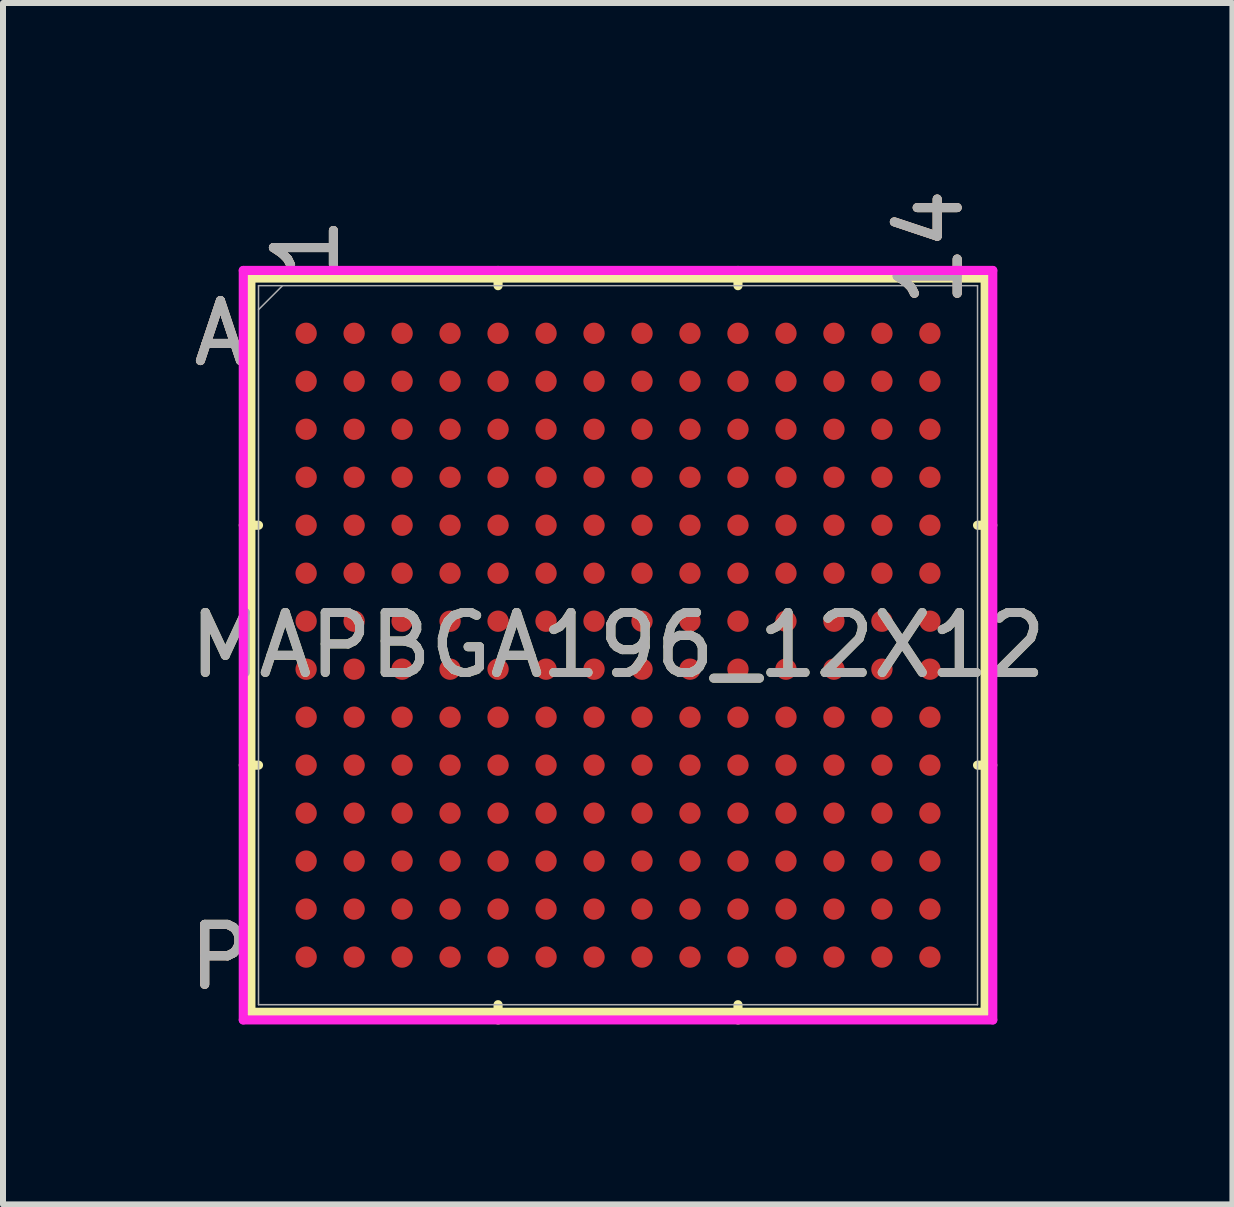
<source format=kicad_pcb>
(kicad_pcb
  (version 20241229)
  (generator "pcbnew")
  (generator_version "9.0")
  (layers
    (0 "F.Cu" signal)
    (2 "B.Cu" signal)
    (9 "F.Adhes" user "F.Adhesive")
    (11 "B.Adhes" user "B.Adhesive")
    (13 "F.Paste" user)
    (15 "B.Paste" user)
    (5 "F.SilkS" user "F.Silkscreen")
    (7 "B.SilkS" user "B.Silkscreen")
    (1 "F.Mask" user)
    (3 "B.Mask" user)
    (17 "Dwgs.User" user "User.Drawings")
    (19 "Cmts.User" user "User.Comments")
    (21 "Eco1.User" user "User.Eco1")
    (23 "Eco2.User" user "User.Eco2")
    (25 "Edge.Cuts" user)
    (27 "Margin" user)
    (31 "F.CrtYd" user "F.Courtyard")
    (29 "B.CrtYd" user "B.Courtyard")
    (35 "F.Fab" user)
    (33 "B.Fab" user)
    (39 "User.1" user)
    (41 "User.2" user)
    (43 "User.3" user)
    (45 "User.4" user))
  (footprint "MAPBGA196_12X12"
    (layer "F.Cu")
    (at 7.254 7.707)
    (property "Reference" "MAPBGA196_12X12" (at 0 0 0) (unlocked yes) (layer "F.SilkS") (effects (font (size 1 1) (thickness 0.15))))
    (attr smd)
    (fp_line (start -6.121 -6.121) (end -6.121 6.121) (stroke (width 0.152) (type solid)) (layer "F.SilkS"))
    (fp_line (start -6.121 6.121) (end 6.121 6.121) (stroke (width 0.152) (type solid)) (layer "F.SilkS"))
    (fp_line (start -5.994 -2) (end -6.248 -2) (stroke (width 0.152) (type solid)) (layer "F.SilkS"))
    (fp_line (start -5.994 2) (end -6.248 2) (stroke (width 0.152) (type solid)) (layer "F.SilkS"))
    (fp_line (start -2 -5.994) (end -2 -6.248) (stroke (width 0.152) (type solid)) (layer "F.SilkS"))
    (fp_line (start -2 5.994) (end -2 6.248) (stroke (width 0.152) (type solid)) (layer "F.SilkS"))
    (fp_line (start 2 -5.994) (end 2 -6.248) (stroke (width 0.152) (type solid)) (layer "F.SilkS"))
    (fp_line (start 2 5.994) (end 2 6.248) (stroke (width 0.152) (type solid)) (layer "F.SilkS"))
    (fp_line (start 5.994 -2) (end 6.248 -2) (stroke (width 0.152) (type solid)) (layer "F.SilkS"))
    (fp_line (start 5.994 2) (end 6.248 2) (stroke (width 0.152) (type solid)) (layer "F.SilkS"))
    (fp_line (start 6.121 -6.121) (end -6.121 -6.121) (stroke (width 0.152) (type solid)) (layer "F.SilkS"))
    (fp_line (start 6.121 6.121) (end 6.121 -6.121) (stroke (width 0.152) (type solid)) (layer "F.SilkS"))
    (fp_line (start -6.248 -6.248) (end 6.248 -6.248) (stroke (width 0.152) (type solid)) (layer "F.CrtYd"))
    (fp_line (start -6.248 6.248) (end -6.248 -6.248) (stroke (width 0.152) (type solid)) (layer "F.CrtYd"))
    (fp_line (start 6.248 -6.248) (end 6.248 6.248) (stroke (width 0.152) (type solid)) (layer "F.CrtYd"))
    (fp_line (start 6.248 6.248) (end -6.248 6.248) (stroke (width 0.152) (type solid)) (layer "F.CrtYd"))
    (fp_line (start -5.994 -5.994) (end -5.994 5.994) (stroke (width 0.025) (type solid)) (layer "F.Fab"))
    (fp_line (start -5.994 5.994) (end 5.994 5.994) (stroke (width 0.025) (type solid)) (layer "F.Fab"))
    (fp_line (start -5.594 -5.994) (end -5.994 -5.594) (stroke (width 0.025) (type solid)) (layer "F.Fab"))
    (fp_line (start 5.994 -5.994) (end -5.994 -5.994) (stroke (width 0.025) (type solid)) (layer "F.Fab"))
    (fp_line (start 5.994 5.994) (end 5.994 -5.994) (stroke (width 0.025) (type solid)) (layer "F.Fab"))
    (fp_text user "P" (at -6.629 5.2 0) (unlocked yes) (layer "F.SilkS") (effects (font (size 1 1) (thickness 0.15))))
    (fp_text user "A" (at -6.629 -5.2 0) (unlocked yes) (layer "F.SilkS") (effects (font (size 1 1) (thickness 0.15))))
    (fp_text user "14" (at 5.2 -6.629 90) (unlocked yes) (layer "F.SilkS") (effects (font (size 1 1) (thickness 0.15))))
    (fp_text user "1" (at -5.2 -6.629 90) (unlocked yes) (layer "F.SilkS") (effects (font (size 1 1) (thickness 0.15))))
    (fp_text user "P" (at -6.629 5.2 0) (unlocked yes) (layer "B.SilkS") (effects (font (size 1 1) (thickness 0.15))))
    (fp_text user "14" (at 5.2 -6.629 90) (unlocked yes) (layer "B.SilkS") (effects (font (size 1 1) (thickness 0.15))))
    (fp_text user "1" (at -5.2 -6.629 90) (unlocked yes) (layer "B.SilkS") (effects (font (size 1 1) (thickness 0.15))))
    (fp_text user "A" (at -6.629 -5.2 0) (unlocked yes) (layer "B.SilkS") (effects (font (size 1 1) (thickness 0.15))))
    (fp_text user "${REFERENCE}" (at 0 0 0) (unlocked yes) (layer "F.Fab") (effects (font (size 1 1) (thickness 0.15))))
    (fp_text user "P" (at -6.629 5.2 0) (unlocked yes) (layer "F.Fab") (effects (font (size 1 1) (thickness 0.15))))
    (fp_text user "14" (at 5.2 -6.629 90) (unlocked yes) (layer "F.Fab") (effects (font (size 1 1) (thickness 0.15))))
    (fp_text user "A" (at -6.629 -5.2 0) (unlocked yes) (layer "F.Fab") (effects (font (size 1 1) (thickness 0.15))))
    (fp_text user "1" (at -5.2 -6.629 90) (unlocked yes) (layer "F.Fab") (effects (font (size 1 1) (thickness 0.15))))
    (pad "A1" smd circle (at -5.2 -5.2) (size 0.356 0.356) (layers "F.Cu" "F.Mask" "F.Paste"))
    (pad "A2" smd circle (at -4.4 -5.2) (size 0.356 0.356) (layers "F.Cu" "F.Mask" "F.Paste"))
    (pad "A3" smd circle (at -3.6 -5.2) (size 0.356 0.356) (layers "F.Cu" "F.Mask" "F.Paste"))
    (pad "A4" smd circle (at -2.8 -5.2) (size 0.356 0.356) (layers "F.Cu" "F.Mask" "F.Paste"))
    (pad "A5" smd circle (at -2 -5.2) (size 0.356 0.356) (layers "F.Cu" "F.Mask" "F.Paste"))
    (pad "A6" smd circle (at -1.2 -5.2) (size 0.356 0.356) (layers "F.Cu" "F.Mask" "F.Paste"))
    (pad "A7" smd circle (at -0.4 -5.2) (size 0.356 0.356) (layers "F.Cu" "F.Mask" "F.Paste"))
    (pad "A8" smd circle (at 0.4 -5.2) (size 0.356 0.356) (layers "F.Cu" "F.Mask" "F.Paste"))
    (pad "A9" smd circle (at 1.2 -5.2) (size 0.356 0.356) (layers "F.Cu" "F.Mask" "F.Paste"))
    (pad "A10" smd circle (at 2 -5.2) (size 0.356 0.356) (layers "F.Cu" "F.Mask" "F.Paste"))
    (pad "A11" smd circle (at 2.8 -5.2) (size 0.356 0.356) (layers "F.Cu" "F.Mask" "F.Paste"))
    (pad "A12" smd circle (at 3.6 -5.2) (size 0.356 0.356) (layers "F.Cu" "F.Mask" "F.Paste"))
    (pad "A13" smd circle (at 4.4 -5.2) (size 0.356 0.356) (layers "F.Cu" "F.Mask" "F.Paste"))
    (pad "A14" smd circle (at 5.2 -5.2) (size 0.356 0.356) (layers "F.Cu" "F.Mask" "F.Paste"))
    (pad "B1" smd circle (at -5.2 -4.4) (size 0.356 0.356) (layers "F.Cu" "F.Mask" "F.Paste"))
    (pad "B2" smd circle (at -4.4 -4.4) (size 0.356 0.356) (layers "F.Cu" "F.Mask" "F.Paste"))
    (pad "B3" smd circle (at -3.6 -4.4) (size 0.356 0.356) (layers "F.Cu" "F.Mask" "F.Paste"))
    (pad "B4" smd circle (at -2.8 -4.4) (size 0.356 0.356) (layers "F.Cu" "F.Mask" "F.Paste"))
    (pad "B5" smd circle (at -2 -4.4) (size 0.356 0.356) (layers "F.Cu" "F.Mask" "F.Paste"))
    (pad "B6" smd circle (at -1.2 -4.4) (size 0.356 0.356) (layers "F.Cu" "F.Mask" "F.Paste"))
    (pad "B7" smd circle (at -0.4 -4.4) (size 0.356 0.356) (layers "F.Cu" "F.Mask" "F.Paste"))
    (pad "B8" smd circle (at 0.4 -4.4) (size 0.356 0.356) (layers "F.Cu" "F.Mask" "F.Paste"))
    (pad "B9" smd circle (at 1.2 -4.4) (size 0.356 0.356) (layers "F.Cu" "F.Mask" "F.Paste"))
    (pad "B10" smd circle (at 2 -4.4) (size 0.356 0.356) (layers "F.Cu" "F.Mask" "F.Paste"))
    (pad "B11" smd circle (at 2.8 -4.4) (size 0.356 0.356) (layers "F.Cu" "F.Mask" "F.Paste"))
    (pad "B12" smd circle (at 3.6 -4.4) (size 0.356 0.356) (layers "F.Cu" "F.Mask" "F.Paste"))
    (pad "B13" smd circle (at 4.4 -4.4) (size 0.356 0.356) (layers "F.Cu" "F.Mask" "F.Paste"))
    (pad "B14" smd circle (at 5.2 -4.4) (size 0.356 0.356) (layers "F.Cu" "F.Mask" "F.Paste"))
    (pad "C1" smd circle (at -5.2 -3.6) (size 0.356 0.356) (layers "F.Cu" "F.Mask" "F.Paste"))
    (pad "C2" smd circle (at -4.4 -3.6) (size 0.356 0.356) (layers "F.Cu" "F.Mask" "F.Paste"))
    (pad "C3" smd circle (at -3.6 -3.6) (size 0.356 0.356) (layers "F.Cu" "F.Mask" "F.Paste"))
    (pad "C4" smd circle (at -2.8 -3.6) (size 0.356 0.356) (layers "F.Cu" "F.Mask" "F.Paste"))
    (pad "C5" smd circle (at -2 -3.6) (size 0.356 0.356) (layers "F.Cu" "F.Mask" "F.Paste"))
    (pad "C6" smd circle (at -1.2 -3.6) (size 0.356 0.356) (layers "F.Cu" "F.Mask" "F.Paste"))
    (pad "C7" smd circle (at -0.4 -3.6) (size 0.356 0.356) (layers "F.Cu" "F.Mask" "F.Paste"))
    (pad "C8" smd circle (at 0.4 -3.6) (size 0.356 0.356) (layers "F.Cu" "F.Mask" "F.Paste"))
    (pad "C9" smd circle (at 1.2 -3.6) (size 0.356 0.356) (layers "F.Cu" "F.Mask" "F.Paste"))
    (pad "C10" smd circle (at 2 -3.6) (size 0.356 0.356) (layers "F.Cu" "F.Mask" "F.Paste"))
    (pad "C11" smd circle (at 2.8 -3.6) (size 0.356 0.356) (layers "F.Cu" "F.Mask" "F.Paste"))
    (pad "C12" smd circle (at 3.6 -3.6) (size 0.356 0.356) (layers "F.Cu" "F.Mask" "F.Paste"))
    (pad "C13" smd circle (at 4.4 -3.6) (size 0.356 0.356) (layers "F.Cu" "F.Mask" "F.Paste"))
    (pad "C14" smd circle (at 5.2 -3.6) (size 0.356 0.356) (layers "F.Cu" "F.Mask" "F.Paste"))
    (pad "D1" smd circle (at -5.2 -2.8) (size 0.356 0.356) (layers "F.Cu" "F.Mask" "F.Paste"))
    (pad "D2" smd circle (at -4.4 -2.8) (size 0.356 0.356) (layers "F.Cu" "F.Mask" "F.Paste"))
    (pad "D3" smd circle (at -3.6 -2.8) (size 0.356 0.356) (layers "F.Cu" "F.Mask" "F.Paste"))
    (pad "D4" smd circle (at -2.8 -2.8) (size 0.356 0.356) (layers "F.Cu" "F.Mask" "F.Paste"))
    (pad "D5" smd circle (at -2 -2.8) (size 0.356 0.356) (layers "F.Cu" "F.Mask" "F.Paste"))
    (pad "D6" smd circle (at -1.2 -2.8) (size 0.356 0.356) (layers "F.Cu" "F.Mask" "F.Paste"))
    (pad "D7" smd circle (at -0.4 -2.8) (size 0.356 0.356) (layers "F.Cu" "F.Mask" "F.Paste"))
    (pad "D8" smd circle (at 0.4 -2.8) (size 0.356 0.356) (layers "F.Cu" "F.Mask" "F.Paste"))
    (pad "D9" smd circle (at 1.2 -2.8) (size 0.356 0.356) (layers "F.Cu" "F.Mask" "F.Paste"))
    (pad "D10" smd circle (at 2 -2.8) (size 0.356 0.356) (layers "F.Cu" "F.Mask" "F.Paste"))
    (pad "D11" smd circle (at 2.8 -2.8) (size 0.356 0.356) (layers "F.Cu" "F.Mask" "F.Paste"))
    (pad "D12" smd circle (at 3.6 -2.8) (size 0.356 0.356) (layers "F.Cu" "F.Mask" "F.Paste"))
    (pad "D13" smd circle (at 4.4 -2.8) (size 0.356 0.356) (layers "F.Cu" "F.Mask" "F.Paste"))
    (pad "D14" smd circle (at 5.2 -2.8) (size 0.356 0.356) (layers "F.Cu" "F.Mask" "F.Paste"))
    (pad "E1" smd circle (at -5.2 -2) (size 0.356 0.356) (layers "F.Cu" "F.Mask" "F.Paste"))
    (pad "E2" smd circle (at -4.4 -2) (size 0.356 0.356) (layers "F.Cu" "F.Mask" "F.Paste"))
    (pad "E3" smd circle (at -3.6 -2) (size 0.356 0.356) (layers "F.Cu" "F.Mask" "F.Paste"))
    (pad "E4" smd circle (at -2.8 -2) (size 0.356 0.356) (layers "F.Cu" "F.Mask" "F.Paste"))
    (pad "E5" smd circle (at -2 -2) (size 0.356 0.356) (layers "F.Cu" "F.Mask" "F.Paste"))
    (pad "E6" smd circle (at -1.2 -2) (size 0.356 0.356) (layers "F.Cu" "F.Mask" "F.Paste"))
    (pad "E7" smd circle (at -0.4 -2) (size 0.356 0.356) (layers "F.Cu" "F.Mask" "F.Paste"))
    (pad "E8" smd circle (at 0.4 -2) (size 0.356 0.356) (layers "F.Cu" "F.Mask" "F.Paste"))
    (pad "E9" smd circle (at 1.2 -2) (size 0.356 0.356) (layers "F.Cu" "F.Mask" "F.Paste"))
    (pad "E10" smd circle (at 2 -2) (size 0.356 0.356) (layers "F.Cu" "F.Mask" "F.Paste"))
    (pad "E11" smd circle (at 2.8 -2) (size 0.356 0.356) (layers "F.Cu" "F.Mask" "F.Paste"))
    (pad "E12" smd circle (at 3.6 -2) (size 0.356 0.356) (layers "F.Cu" "F.Mask" "F.Paste"))
    (pad "E13" smd circle (at 4.4 -2) (size 0.356 0.356) (layers "F.Cu" "F.Mask" "F.Paste"))
    (pad "E14" smd circle (at 5.2 -2) (size 0.356 0.356) (layers "F.Cu" "F.Mask" "F.Paste"))
    (pad "F1" smd circle (at -5.2 -1.2) (size 0.356 0.356) (layers "F.Cu" "F.Mask" "F.Paste"))
    (pad "F2" smd circle (at -4.4 -1.2) (size 0.356 0.356) (layers "F.Cu" "F.Mask" "F.Paste"))
    (pad "F3" smd circle (at -3.6 -1.2) (size 0.356 0.356) (layers "F.Cu" "F.Mask" "F.Paste"))
    (pad "F4" smd circle (at -2.8 -1.2) (size 0.356 0.356) (layers "F.Cu" "F.Mask" "F.Paste"))
    (pad "F5" smd circle (at -2 -1.2) (size 0.356 0.356) (layers "F.Cu" "F.Mask" "F.Paste"))
    (pad "F6" smd circle (at -1.2 -1.2) (size 0.356 0.356) (layers "F.Cu" "F.Mask" "F.Paste"))
    (pad "F7" smd circle (at -0.4 -1.2) (size 0.356 0.356) (layers "F.Cu" "F.Mask" "F.Paste"))
    (pad "F8" smd circle (at 0.4 -1.2) (size 0.356 0.356) (layers "F.Cu" "F.Mask" "F.Paste"))
    (pad "F9" smd circle (at 1.2 -1.2) (size 0.356 0.356) (layers "F.Cu" "F.Mask" "F.Paste"))
    (pad "F10" smd circle (at 2 -1.2) (size 0.356 0.356) (layers "F.Cu" "F.Mask" "F.Paste"))
    (pad "F11" smd circle (at 2.8 -1.2) (size 0.356 0.356) (layers "F.Cu" "F.Mask" "F.Paste"))
    (pad "F12" smd circle (at 3.6 -1.2) (size 0.356 0.356) (layers "F.Cu" "F.Mask" "F.Paste"))
    (pad "F13" smd circle (at 4.4 -1.2) (size 0.356 0.356) (layers "F.Cu" "F.Mask" "F.Paste"))
    (pad "F14" smd circle (at 5.2 -1.2) (size 0.356 0.356) (layers "F.Cu" "F.Mask" "F.Paste"))
    (pad "G1" smd circle (at -5.2 -0.4) (size 0.356 0.356) (layers "F.Cu" "F.Mask" "F.Paste"))
    (pad "G2" smd circle (at -4.4 -0.4) (size 0.356 0.356) (layers "F.Cu" "F.Mask" "F.Paste"))
    (pad "G3" smd circle (at -3.6 -0.4) (size 0.356 0.356) (layers "F.Cu" "F.Mask" "F.Paste"))
    (pad "G4" smd circle (at -2.8 -0.4) (size 0.356 0.356) (layers "F.Cu" "F.Mask" "F.Paste"))
    (pad "G5" smd circle (at -2 -0.4) (size 0.356 0.356) (layers "F.Cu" "F.Mask" "F.Paste"))
    (pad "G6" smd circle (at -1.2 -0.4) (size 0.356 0.356) (layers "F.Cu" "F.Mask" "F.Paste"))
    (pad "G7" smd circle (at -0.4 -0.4) (size 0.356 0.356) (layers "F.Cu" "F.Mask" "F.Paste"))
    (pad "G8" smd circle (at 0.4 -0.4) (size 0.356 0.356) (layers "F.Cu" "F.Mask" "F.Paste"))
    (pad "G9" smd circle (at 1.2 -0.4) (size 0.356 0.356) (layers "F.Cu" "F.Mask" "F.Paste"))
    (pad "G10" smd circle (at 2 -0.4) (size 0.356 0.356) (layers "F.Cu" "F.Mask" "F.Paste"))
    (pad "G11" smd circle (at 2.8 -0.4) (size 0.356 0.356) (layers "F.Cu" "F.Mask" "F.Paste"))
    (pad "G12" smd circle (at 3.6 -0.4) (size 0.356 0.356) (layers "F.Cu" "F.Mask" "F.Paste"))
    (pad "G13" smd circle (at 4.4 -0.4) (size 0.356 0.356) (layers "F.Cu" "F.Mask" "F.Paste"))
    (pad "G14" smd circle (at 5.2 -0.4) (size 0.356 0.356) (layers "F.Cu" "F.Mask" "F.Paste"))
    (pad "H1" smd circle (at -5.2 0.4) (size 0.356 0.356) (layers "F.Cu" "F.Mask" "F.Paste"))
    (pad "H2" smd circle (at -4.4 0.4) (size 0.356 0.356) (layers "F.Cu" "F.Mask" "F.Paste"))
    (pad "H3" smd circle (at -3.6 0.4) (size 0.356 0.356) (layers "F.Cu" "F.Mask" "F.Paste"))
    (pad "H4" smd circle (at -2.8 0.4) (size 0.356 0.356) (layers "F.Cu" "F.Mask" "F.Paste"))
    (pad "H5" smd circle (at -2 0.4) (size 0.356 0.356) (layers "F.Cu" "F.Mask" "F.Paste"))
    (pad "H6" smd circle (at -1.2 0.4) (size 0.356 0.356) (layers "F.Cu" "F.Mask" "F.Paste"))
    (pad "H7" smd circle (at -0.4 0.4) (size 0.356 0.356) (layers "F.Cu" "F.Mask" "F.Paste"))
    (pad "H8" smd circle (at 0.4 0.4) (size 0.356 0.356) (layers "F.Cu" "F.Mask" "F.Paste"))
    (pad "H9" smd circle (at 1.2 0.4) (size 0.356 0.356) (layers "F.Cu" "F.Mask" "F.Paste"))
    (pad "H10" smd circle (at 2 0.4) (size 0.356 0.356) (layers "F.Cu" "F.Mask" "F.Paste"))
    (pad "H11" smd circle (at 2.8 0.4) (size 0.356 0.356) (layers "F.Cu" "F.Mask" "F.Paste"))
    (pad "H12" smd circle (at 3.6 0.4) (size 0.356 0.356) (layers "F.Cu" "F.Mask" "F.Paste"))
    (pad "H13" smd circle (at 4.4 0.4) (size 0.356 0.356) (layers "F.Cu" "F.Mask" "F.Paste"))
    (pad "H14" smd circle (at 5.2 0.4) (size 0.356 0.356) (layers "F.Cu" "F.Mask" "F.Paste"))
    (pad "J1" smd circle (at -5.2 1.2) (size 0.356 0.356) (layers "F.Cu" "F.Mask" "F.Paste"))
    (pad "J2" smd circle (at -4.4 1.2) (size 0.356 0.356) (layers "F.Cu" "F.Mask" "F.Paste"))
    (pad "J3" smd circle (at -3.6 1.2) (size 0.356 0.356) (layers "F.Cu" "F.Mask" "F.Paste"))
    (pad "J4" smd circle (at -2.8 1.2) (size 0.356 0.356) (layers "F.Cu" "F.Mask" "F.Paste"))
    (pad "J5" smd circle (at -2 1.2) (size 0.356 0.356) (layers "F.Cu" "F.Mask" "F.Paste"))
    (pad "J6" smd circle (at -1.2 1.2) (size 0.356 0.356) (layers "F.Cu" "F.Mask" "F.Paste"))
    (pad "J7" smd circle (at -0.4 1.2) (size 0.356 0.356) (layers "F.Cu" "F.Mask" "F.Paste"))
    (pad "J8" smd circle (at 0.4 1.2) (size 0.356 0.356) (layers "F.Cu" "F.Mask" "F.Paste"))
    (pad "J9" smd circle (at 1.2 1.2) (size 0.356 0.356) (layers "F.Cu" "F.Mask" "F.Paste"))
    (pad "J10" smd circle (at 2 1.2) (size 0.356 0.356) (layers "F.Cu" "F.Mask" "F.Paste"))
    (pad "J11" smd circle (at 2.8 1.2) (size 0.356 0.356) (layers "F.Cu" "F.Mask" "F.Paste"))
    (pad "J12" smd circle (at 3.6 1.2) (size 0.356 0.356) (layers "F.Cu" "F.Mask" "F.Paste"))
    (pad "J13" smd circle (at 4.4 1.2) (size 0.356 0.356) (layers "F.Cu" "F.Mask" "F.Paste"))
    (pad "J14" smd circle (at 5.2 1.2) (size 0.356 0.356) (layers "F.Cu" "F.Mask" "F.Paste"))
    (pad "K1" smd circle (at -5.2 2) (size 0.356 0.356) (layers "F.Cu" "F.Mask" "F.Paste"))
    (pad "K2" smd circle (at -4.4 2) (size 0.356 0.356) (layers "F.Cu" "F.Mask" "F.Paste"))
    (pad "K3" smd circle (at -3.6 2) (size 0.356 0.356) (layers "F.Cu" "F.Mask" "F.Paste"))
    (pad "K4" smd circle (at -2.8 2) (size 0.356 0.356) (layers "F.Cu" "F.Mask" "F.Paste"))
    (pad "K5" smd circle (at -2 2) (size 0.356 0.356) (layers "F.Cu" "F.Mask" "F.Paste"))
    (pad "K6" smd circle (at -1.2 2) (size 0.356 0.356) (layers "F.Cu" "F.Mask" "F.Paste"))
    (pad "K7" smd circle (at -0.4 2) (size 0.356 0.356) (layers "F.Cu" "F.Mask" "F.Paste"))
    (pad "K8" smd circle (at 0.4 2) (size 0.356 0.356) (layers "F.Cu" "F.Mask" "F.Paste"))
    (pad "K9" smd circle (at 1.2 2) (size 0.356 0.356) (layers "F.Cu" "F.Mask" "F.Paste"))
    (pad "K10" smd circle (at 2 2) (size 0.356 0.356) (layers "F.Cu" "F.Mask" "F.Paste"))
    (pad "K11" smd circle (at 2.8 2) (size 0.356 0.356) (layers "F.Cu" "F.Mask" "F.Paste"))
    (pad "K12" smd circle (at 3.6 2) (size 0.356 0.356) (layers "F.Cu" "F.Mask" "F.Paste"))
    (pad "K13" smd circle (at 4.4 2) (size 0.356 0.356) (layers "F.Cu" "F.Mask" "F.Paste"))
    (pad "K14" smd circle (at 5.2 2) (size 0.356 0.356) (layers "F.Cu" "F.Mask" "F.Paste"))
    (pad "L1" smd circle (at -5.2 2.8) (size 0.356 0.356) (layers "F.Cu" "F.Mask" "F.Paste"))
    (pad "L2" smd circle (at -4.4 2.8) (size 0.356 0.356) (layers "F.Cu" "F.Mask" "F.Paste"))
    (pad "L3" smd circle (at -3.6 2.8) (size 0.356 0.356) (layers "F.Cu" "F.Mask" "F.Paste"))
    (pad "L4" smd circle (at -2.8 2.8) (size 0.356 0.356) (layers "F.Cu" "F.Mask" "F.Paste"))
    (pad "L5" smd circle (at -2 2.8) (size 0.356 0.356) (layers "F.Cu" "F.Mask" "F.Paste"))
    (pad "L6" smd circle (at -1.2 2.8) (size 0.356 0.356) (layers "F.Cu" "F.Mask" "F.Paste"))
    (pad "L7" smd circle (at -0.4 2.8) (size 0.356 0.356) (layers "F.Cu" "F.Mask" "F.Paste"))
    (pad "L8" smd circle (at 0.4 2.8) (size 0.356 0.356) (layers "F.Cu" "F.Mask" "F.Paste"))
    (pad "L9" smd circle (at 1.2 2.8) (size 0.356 0.356) (layers "F.Cu" "F.Mask" "F.Paste"))
    (pad "L10" smd circle (at 2 2.8) (size 0.356 0.356) (layers "F.Cu" "F.Mask" "F.Paste"))
    (pad "L11" smd circle (at 2.8 2.8) (size 0.356 0.356) (layers "F.Cu" "F.Mask" "F.Paste"))
    (pad "L12" smd circle (at 3.6 2.8) (size 0.356 0.356) (layers "F.Cu" "F.Mask" "F.Paste"))
    (pad "L13" smd circle (at 4.4 2.8) (size 0.356 0.356) (layers "F.Cu" "F.Mask" "F.Paste"))
    (pad "L14" smd circle (at 5.2 2.8) (size 0.356 0.356) (layers "F.Cu" "F.Mask" "F.Paste"))
    (pad "M1" smd circle (at -5.2 3.6) (size 0.356 0.356) (layers "F.Cu" "F.Mask" "F.Paste"))
    (pad "M2" smd circle (at -4.4 3.6) (size 0.356 0.356) (layers "F.Cu" "F.Mask" "F.Paste"))
    (pad "M3" smd circle (at -3.6 3.6) (size 0.356 0.356) (layers "F.Cu" "F.Mask" "F.Paste"))
    (pad "M4" smd circle (at -2.8 3.6) (size 0.356 0.356) (layers "F.Cu" "F.Mask" "F.Paste"))
    (pad "M5" smd circle (at -2 3.6) (size 0.356 0.356) (layers "F.Cu" "F.Mask" "F.Paste"))
    (pad "M6" smd circle (at -1.2 3.6) (size 0.356 0.356) (layers "F.Cu" "F.Mask" "F.Paste"))
    (pad "M7" smd circle (at -0.4 3.6) (size 0.356 0.356) (layers "F.Cu" "F.Mask" "F.Paste"))
    (pad "M8" smd circle (at 0.4 3.6) (size 0.356 0.356) (layers "F.Cu" "F.Mask" "F.Paste"))
    (pad "M9" smd circle (at 1.2 3.6) (size 0.356 0.356) (layers "F.Cu" "F.Mask" "F.Paste"))
    (pad "M10" smd circle (at 2 3.6) (size 0.356 0.356) (layers "F.Cu" "F.Mask" "F.Paste"))
    (pad "M11" smd circle (at 2.8 3.6) (size 0.356 0.356) (layers "F.Cu" "F.Mask" "F.Paste"))
    (pad "M12" smd circle (at 3.6 3.6) (size 0.356 0.356) (layers "F.Cu" "F.Mask" "F.Paste"))
    (pad "M13" smd circle (at 4.4 3.6) (size 0.356 0.356) (layers "F.Cu" "F.Mask" "F.Paste"))
    (pad "M14" smd circle (at 5.2 3.6) (size 0.356 0.356) (layers "F.Cu" "F.Mask" "F.Paste"))
    (pad "N1" smd circle (at -5.2 4.4) (size 0.356 0.356) (layers "F.Cu" "F.Mask" "F.Paste"))
    (pad "N2" smd circle (at -4.4 4.4) (size 0.356 0.356) (layers "F.Cu" "F.Mask" "F.Paste"))
    (pad "N3" smd circle (at -3.6 4.4) (size 0.356 0.356) (layers "F.Cu" "F.Mask" "F.Paste"))
    (pad "N4" smd circle (at -2.8 4.4) (size 0.356 0.356) (layers "F.Cu" "F.Mask" "F.Paste"))
    (pad "N5" smd circle (at -2 4.4) (size 0.356 0.356) (layers "F.Cu" "F.Mask" "F.Paste"))
    (pad "N6" smd circle (at -1.2 4.4) (size 0.356 0.356) (layers "F.Cu" "F.Mask" "F.Paste"))
    (pad "N7" smd circle (at -0.4 4.4) (size 0.356 0.356) (layers "F.Cu" "F.Mask" "F.Paste"))
    (pad "N8" smd circle (at 0.4 4.4) (size 0.356 0.356) (layers "F.Cu" "F.Mask" "F.Paste"))
    (pad "N9" smd circle (at 1.2 4.4) (size 0.356 0.356) (layers "F.Cu" "F.Mask" "F.Paste"))
    (pad "N10" smd circle (at 2 4.4) (size 0.356 0.356) (layers "F.Cu" "F.Mask" "F.Paste"))
    (pad "N11" smd circle (at 2.8 4.4) (size 0.356 0.356) (layers "F.Cu" "F.Mask" "F.Paste"))
    (pad "N12" smd circle (at 3.6 4.4) (size 0.356 0.356) (layers "F.Cu" "F.Mask" "F.Paste"))
    (pad "N13" smd circle (at 4.4 4.4) (size 0.356 0.356) (layers "F.Cu" "F.Mask" "F.Paste"))
    (pad "N14" smd circle (at 5.2 4.4) (size 0.356 0.356) (layers "F.Cu" "F.Mask" "F.Paste"))
    (pad "P1" smd circle (at -5.2 5.2) (size 0.356 0.356) (layers "F.Cu" "F.Mask" "F.Paste"))
    (pad "P2" smd circle (at -4.4 5.2) (size 0.356 0.356) (layers "F.Cu" "F.Mask" "F.Paste"))
    (pad "P3" smd circle (at -3.6 5.2) (size 0.356 0.356) (layers "F.Cu" "F.Mask" "F.Paste"))
    (pad "P4" smd circle (at -2.8 5.2) (size 0.356 0.356) (layers "F.Cu" "F.Mask" "F.Paste"))
    (pad "P5" smd circle (at -2 5.2) (size 0.356 0.356) (layers "F.Cu" "F.Mask" "F.Paste"))
    (pad "P6" smd circle (at -1.2 5.2) (size 0.356 0.356) (layers "F.Cu" "F.Mask" "F.Paste"))
    (pad "P7" smd circle (at -0.4 5.2) (size 0.356 0.356) (layers "F.Cu" "F.Mask" "F.Paste"))
    (pad "P8" smd circle (at 0.4 5.2) (size 0.356 0.356) (layers "F.Cu" "F.Mask" "F.Paste"))
    (pad "P9" smd circle (at 1.2 5.2) (size 0.356 0.356) (layers "F.Cu" "F.Mask" "F.Paste"))
    (pad "P10" smd circle (at 2 5.2) (size 0.356 0.356) (layers "F.Cu" "F.Mask" "F.Paste"))
    (pad "P11" smd circle (at 2.8 5.2) (size 0.356 0.356) (layers "F.Cu" "F.Mask" "F.Paste"))
    (pad "P12" smd circle (at 3.6 5.2) (size 0.356 0.356) (layers "F.Cu" "F.Mask" "F.Paste"))
    (pad "P13" smd circle (at 4.4 5.2) (size 0.356 0.356) (layers "F.Cu" "F.Mask" "F.Paste"))
    (pad "P14" smd circle (at 5.2 5.2) (size 0.356 0.356) (layers "F.Cu" "F.Mask" "F.Paste")))
  (gr_rect
    (start -3 -3)
    (end 17.498 17.031)
    (stroke (width 0.1) (type default))
    (fill no)
    (layer "Edge.Cuts")))
</source>
